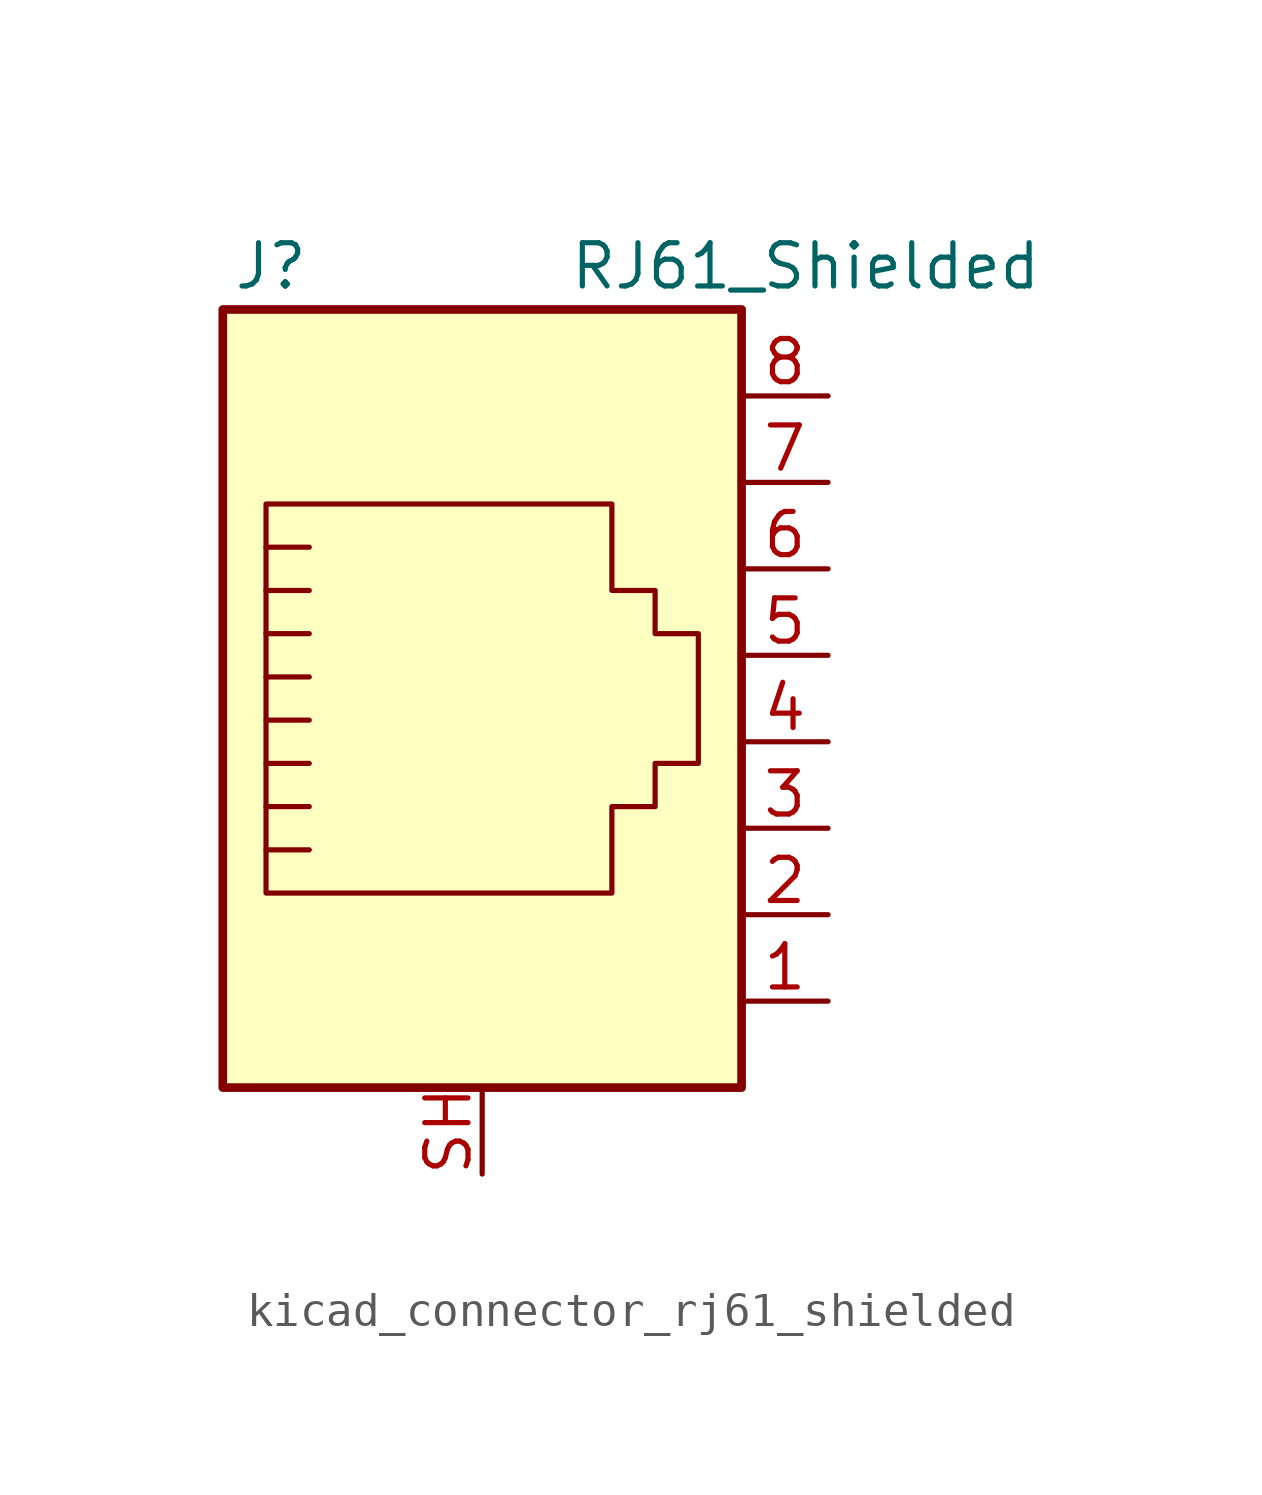
<source format=kicad_sym>
(kicad_symbol_lib
  (version 20220914)
  (generator kicad_symbol_editor)
  (symbol "kicad_connector_rj61_shielded"
    (pin_names
      (offset 1.016))
    (property "Reference" "J"
      (at -5.08 13.97 0)
      (effects (font (size 1.27 1.27)) (justify right)))
    (property "Value" "RJ61_Shielded"
      (at 2.54 13.97 0)
      (effects (font (size 1.27 1.27)) (justify left)))
    (symbol "kicad_connector_rj61_shielded_0_1"
      (polyline (pts (xy -5.08 4.445) (xy -6.35 4.445)) (stroke (width 0) (type default)) (fill (type none)))
      (polyline (pts (xy -5.08 5.715) (xy -6.35 5.715)) (stroke (width 0) (type default)) (fill (type none)))
      (polyline (pts (xy -6.35 -3.175) (xy -5.08 -3.175) (xy -5.08 -3.175)) (stroke (width 0) (type default)) (fill (type none)))
      (polyline (pts (xy -6.35 -1.905) (xy -5.08 -1.905) (xy -5.08 -1.905)) (stroke (width 0) (type default)) (fill (type none)))
      (polyline (pts (xy -6.35 -0.635) (xy -5.08 -0.635) (xy -5.08 -0.635)) (stroke (width 0) (type default)) (fill (type none)))
      (polyline (pts (xy -6.35 0.635) (xy -5.08 0.635) (xy -5.08 0.635)) (stroke (width 0) (type default)) (fill (type none)))
      (polyline (pts (xy -6.35 1.905) (xy -5.08 1.905) (xy -5.08 1.905)) (stroke (width 0) (type default)) (fill (type none)))
      (polyline (pts (xy -5.08 3.175) (xy -6.35 3.175) (xy -6.35 3.175)) (stroke (width 0) (type default)) (fill (type none)))
      (polyline (pts (xy -6.35 -4.445) (xy -6.35 6.985) (xy 3.81 6.985) (xy 3.81 4.445) (xy 5.08 4.445) (xy 5.08 3.175) (xy 6.35 3.175) (xy 6.35 -0.635) (xy 5.08 -0.635) (xy 5.08 -1.905) (xy 3.81 -1.905) (xy 3.81 -4.445) (xy -6.35 -4.445) (xy -6.35 -4.445)) (stroke (width 0) (type default)) (fill (type none)))
      (rectangle (start 7.62 12.7) (end -7.62 -10.16) (stroke (width 0.254) (type default)) (fill (type background))))
    (symbol "kicad_connector_rj61_shielded_1_1"
      (pin passive line (at 10.16 -7.62 180) (length 2.54) (name "~" (effects (font (size 1.27 1.27)))) (number "1" (effects (font (size 1.27 1.27)))))
      (pin passive line (at 10.16 -5.08 180) (length 2.54) (name "~" (effects (font (size 1.27 1.27)))) (number "2" (effects (font (size 1.27 1.27)))))
      (pin passive line (at 10.16 -2.54 180) (length 2.54) (name "~" (effects (font (size 1.27 1.27)))) (number "3" (effects (font (size 1.27 1.27)))))
      (pin passive line (at 10.16 0 180) (length 2.54) (name "~" (effects (font (size 1.27 1.27)))) (number "4" (effects (font (size 1.27 1.27)))))
      (pin passive line (at 10.16 2.54 180) (length 2.54) (name "~" (effects (font (size 1.27 1.27)))) (number "5" (effects (font (size 1.27 1.27)))))
      (pin passive line (at 10.16 5.08 180) (length 2.54) (name "~" (effects (font (size 1.27 1.27)))) (number "6" (effects (font (size 1.27 1.27)))))
      (pin passive line (at 10.16 7.62 180) (length 2.54) (name "~" (effects (font (size 1.27 1.27)))) (number "7" (effects (font (size 1.27 1.27)))))
      (pin passive line (at 10.16 10.16 180) (length 2.54) (name "~" (effects (font (size 1.27 1.27)))) (number "8" (effects (font (size 1.27 1.27)))))
      (pin passive line (at 0 -12.7 90) (length 2.54) (name "~" (effects (font (size 1.27 1.27)))) (number "SH" (effects (font (size 1.27 1.27))))))))
</source>
